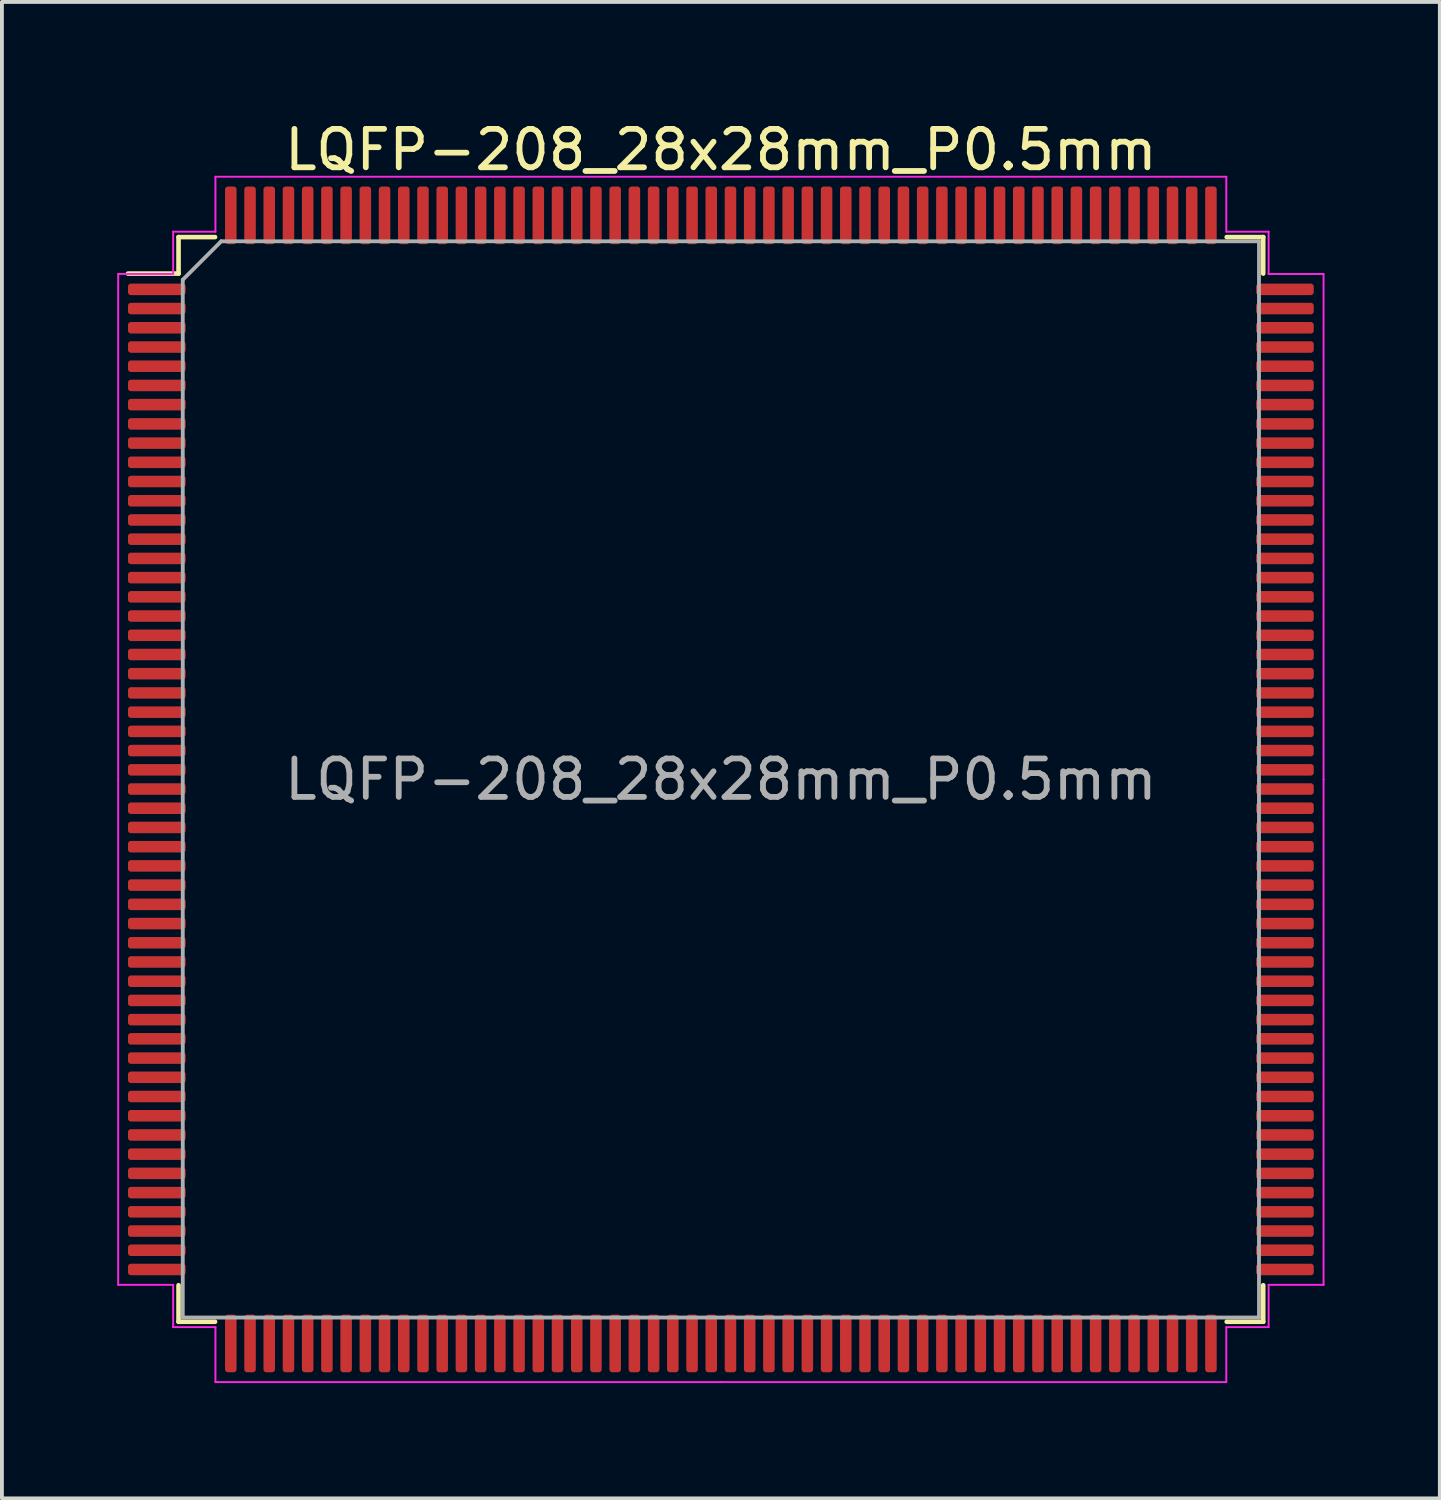
<source format=kicad_pcb>
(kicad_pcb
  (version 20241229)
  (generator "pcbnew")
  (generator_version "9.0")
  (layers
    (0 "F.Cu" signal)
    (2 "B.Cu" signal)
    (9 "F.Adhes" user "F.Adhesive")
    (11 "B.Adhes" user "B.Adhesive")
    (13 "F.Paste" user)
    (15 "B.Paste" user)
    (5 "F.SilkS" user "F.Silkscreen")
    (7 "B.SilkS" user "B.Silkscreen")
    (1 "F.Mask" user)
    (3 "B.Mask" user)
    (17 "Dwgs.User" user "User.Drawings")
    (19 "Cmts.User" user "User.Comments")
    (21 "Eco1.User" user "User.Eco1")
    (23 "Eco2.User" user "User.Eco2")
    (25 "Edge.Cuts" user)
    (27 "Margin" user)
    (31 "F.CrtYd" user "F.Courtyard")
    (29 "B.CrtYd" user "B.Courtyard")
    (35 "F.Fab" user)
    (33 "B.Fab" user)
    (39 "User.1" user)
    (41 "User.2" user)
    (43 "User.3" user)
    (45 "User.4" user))
  (footprint "LQFP-208_28x28mm_P0.5mm"
    (layer "F.Cu")
    (at 15.705 17.228)
    (property "Reference" "LQFP-208_28x28mm_P0.5mm" (at 0 -16.38 0) (layer "F.SilkS") (effects (font (size 1 1) (thickness 0.15))))
    (attr smd)
    (fp_line (start -14.11 -14.11) (end -14.11 -13.16) (stroke (width 0.12) (type solid)) (layer "F.SilkS"))
    (fp_line (start -14.11 -13.16) (end -15.425 -13.16) (stroke (width 0.12) (type solid)) (layer "F.SilkS"))
    (fp_line (start -14.11 14.11) (end -14.11 13.16) (stroke (width 0.12) (type solid)) (layer "F.SilkS"))
    (fp_line (start -13.16 -14.11) (end -14.11 -14.11) (stroke (width 0.12) (type solid)) (layer "F.SilkS"))
    (fp_line (start -13.16 14.11) (end -14.11 14.11) (stroke (width 0.12) (type solid)) (layer "F.SilkS"))
    (fp_line (start 13.16 -14.11) (end 14.11 -14.11) (stroke (width 0.12) (type solid)) (layer "F.SilkS"))
    (fp_line (start 13.16 14.11) (end 14.11 14.11) (stroke (width 0.12) (type solid)) (layer "F.SilkS"))
    (fp_line (start 14.11 -14.11) (end 14.11 -13.16) (stroke (width 0.12) (type solid)) (layer "F.SilkS"))
    (fp_line (start 14.11 14.11) (end 14.11 13.16) (stroke (width 0.12) (type solid)) (layer "F.SilkS"))
    (fp_line (start -15.68 -13.15) (end -15.68 0) (stroke (width 0.05) (type solid)) (layer "F.CrtYd"))
    (fp_line (start -15.68 13.15) (end -15.68 0) (stroke (width 0.05) (type solid)) (layer "F.CrtYd"))
    (fp_line (start -14.25 -14.25) (end -14.25 -13.15) (stroke (width 0.05) (type solid)) (layer "F.CrtYd"))
    (fp_line (start -14.25 -13.15) (end -15.68 -13.15) (stroke (width 0.05) (type solid)) (layer "F.CrtYd"))
    (fp_line (start -14.25 13.15) (end -15.68 13.15) (stroke (width 0.05) (type solid)) (layer "F.CrtYd"))
    (fp_line (start -14.25 14.25) (end -14.25 13.15) (stroke (width 0.05) (type solid)) (layer "F.CrtYd"))
    (fp_line (start -13.15 -15.68) (end -13.15 -14.25) (stroke (width 0.05) (type solid)) (layer "F.CrtYd"))
    (fp_line (start -13.15 -14.25) (end -14.25 -14.25) (stroke (width 0.05) (type solid)) (layer "F.CrtYd"))
    (fp_line (start -13.15 14.25) (end -14.25 14.25) (stroke (width 0.05) (type solid)) (layer "F.CrtYd"))
    (fp_line (start -13.15 15.68) (end -13.15 14.25) (stroke (width 0.05) (type solid)) (layer "F.CrtYd"))
    (fp_line (start 0 -15.68) (end -13.15 -15.68) (stroke (width 0.05) (type solid)) (layer "F.CrtYd"))
    (fp_line (start 0 -15.68) (end 13.15 -15.68) (stroke (width 0.05) (type solid)) (layer "F.CrtYd"))
    (fp_line (start 0 15.68) (end -13.15 15.68) (stroke (width 0.05) (type solid)) (layer "F.CrtYd"))
    (fp_line (start 0 15.68) (end 13.15 15.68) (stroke (width 0.05) (type solid)) (layer "F.CrtYd"))
    (fp_line (start 13.15 -15.68) (end 13.15 -14.25) (stroke (width 0.05) (type solid)) (layer "F.CrtYd"))
    (fp_line (start 13.15 -14.25) (end 14.25 -14.25) (stroke (width 0.05) (type solid)) (layer "F.CrtYd"))
    (fp_line (start 13.15 14.25) (end 14.25 14.25) (stroke (width 0.05) (type solid)) (layer "F.CrtYd"))
    (fp_line (start 13.15 15.68) (end 13.15 14.25) (stroke (width 0.05) (type solid)) (layer "F.CrtYd"))
    (fp_line (start 14.25 -14.25) (end 14.25 -13.15) (stroke (width 0.05) (type solid)) (layer "F.CrtYd"))
    (fp_line (start 14.25 -13.15) (end 15.68 -13.15) (stroke (width 0.05) (type solid)) (layer "F.CrtYd"))
    (fp_line (start 14.25 13.15) (end 15.68 13.15) (stroke (width 0.05) (type solid)) (layer "F.CrtYd"))
    (fp_line (start 14.25 14.25) (end 14.25 13.15) (stroke (width 0.05) (type solid)) (layer "F.CrtYd"))
    (fp_line (start 15.68 -13.15) (end 15.68 0) (stroke (width 0.05) (type solid)) (layer "F.CrtYd"))
    (fp_line (start 15.68 13.15) (end 15.68 0) (stroke (width 0.05) (type solid)) (layer "F.CrtYd"))
    (fp_line (start -14 -13) (end -13 -14) (stroke (width 0.1) (type solid)) (layer "F.Fab"))
    (fp_line (start -14 14) (end -14 -13) (stroke (width 0.1) (type solid)) (layer "F.Fab"))
    (fp_line (start -13 -14) (end 14 -14) (stroke (width 0.1) (type solid)) (layer "F.Fab"))
    (fp_line (start 14 -14) (end 14 14) (stroke (width 0.1) (type solid)) (layer "F.Fab"))
    (fp_line (start 14 14) (end -14 14) (stroke (width 0.1) (type solid)) (layer "F.Fab"))
    (fp_text user "${REFERENCE}" (at 0 0 0) (layer "F.Fab") (effects (font (size 1 1) (thickness 0.15))))
    (pad "1" smd roundrect (at -14.675 -12.75) (size 1.5 0.3) (layers "F.Cu" "F.Mask" "F.Paste") (roundrect_rratio 0.25))
    (pad "2" smd roundrect (at -14.675 -12.25) (size 1.5 0.3) (layers "F.Cu" "F.Mask" "F.Paste") (roundrect_rratio 0.25))
    (pad "3" smd roundrect (at -14.675 -11.75) (size 1.5 0.3) (layers "F.Cu" "F.Mask" "F.Paste") (roundrect_rratio 0.25))
    (pad "4" smd roundrect (at -14.675 -11.25) (size 1.5 0.3) (layers "F.Cu" "F.Mask" "F.Paste") (roundrect_rratio 0.25))
    (pad "5" smd roundrect (at -14.675 -10.75) (size 1.5 0.3) (layers "F.Cu" "F.Mask" "F.Paste") (roundrect_rratio 0.25))
    (pad "6" smd roundrect (at -14.675 -10.25) (size 1.5 0.3) (layers "F.Cu" "F.Mask" "F.Paste") (roundrect_rratio 0.25))
    (pad "7" smd roundrect (at -14.675 -9.75) (size 1.5 0.3) (layers "F.Cu" "F.Mask" "F.Paste") (roundrect_rratio 0.25))
    (pad "8" smd roundrect (at -14.675 -9.25) (size 1.5 0.3) (layers "F.Cu" "F.Mask" "F.Paste") (roundrect_rratio 0.25))
    (pad "9" smd roundrect (at -14.675 -8.75) (size 1.5 0.3) (layers "F.Cu" "F.Mask" "F.Paste") (roundrect_rratio 0.25))
    (pad "10" smd roundrect (at -14.675 -8.25) (size 1.5 0.3) (layers "F.Cu" "F.Mask" "F.Paste") (roundrect_rratio 0.25))
    (pad "11" smd roundrect (at -14.675 -7.75) (size 1.5 0.3) (layers "F.Cu" "F.Mask" "F.Paste") (roundrect_rratio 0.25))
    (pad "12" smd roundrect (at -14.675 -7.25) (size 1.5 0.3) (layers "F.Cu" "F.Mask" "F.Paste") (roundrect_rratio 0.25))
    (pad "13" smd roundrect (at -14.675 -6.75) (size 1.5 0.3) (layers "F.Cu" "F.Mask" "F.Paste") (roundrect_rratio 0.25))
    (pad "14" smd roundrect (at -14.675 -6.25) (size 1.5 0.3) (layers "F.Cu" "F.Mask" "F.Paste") (roundrect_rratio 0.25))
    (pad "15" smd roundrect (at -14.675 -5.75) (size 1.5 0.3) (layers "F.Cu" "F.Mask" "F.Paste") (roundrect_rratio 0.25))
    (pad "16" smd roundrect (at -14.675 -5.25) (size 1.5 0.3) (layers "F.Cu" "F.Mask" "F.Paste") (roundrect_rratio 0.25))
    (pad "17" smd roundrect (at -14.675 -4.75) (size 1.5 0.3) (layers "F.Cu" "F.Mask" "F.Paste") (roundrect_rratio 0.25))
    (pad "18" smd roundrect (at -14.675 -4.25) (size 1.5 0.3) (layers "F.Cu" "F.Mask" "F.Paste") (roundrect_rratio 0.25))
    (pad "19" smd roundrect (at -14.675 -3.75) (size 1.5 0.3) (layers "F.Cu" "F.Mask" "F.Paste") (roundrect_rratio 0.25))
    (pad "20" smd roundrect (at -14.675 -3.25) (size 1.5 0.3) (layers "F.Cu" "F.Mask" "F.Paste") (roundrect_rratio 0.25))
    (pad "21" smd roundrect (at -14.675 -2.75) (size 1.5 0.3) (layers "F.Cu" "F.Mask" "F.Paste") (roundrect_rratio 0.25))
    (pad "22" smd roundrect (at -14.675 -2.25) (size 1.5 0.3) (layers "F.Cu" "F.Mask" "F.Paste") (roundrect_rratio 0.25))
    (pad "23" smd roundrect (at -14.675 -1.75) (size 1.5 0.3) (layers "F.Cu" "F.Mask" "F.Paste") (roundrect_rratio 0.25))
    (pad "24" smd roundrect (at -14.675 -1.25) (size 1.5 0.3) (layers "F.Cu" "F.Mask" "F.Paste") (roundrect_rratio 0.25))
    (pad "25" smd roundrect (at -14.675 -0.75) (size 1.5 0.3) (layers "F.Cu" "F.Mask" "F.Paste") (roundrect_rratio 0.25))
    (pad "26" smd roundrect (at -14.675 -0.25) (size 1.5 0.3) (layers "F.Cu" "F.Mask" "F.Paste") (roundrect_rratio 0.25))
    (pad "27" smd roundrect (at -14.675 0.25) (size 1.5 0.3) (layers "F.Cu" "F.Mask" "F.Paste") (roundrect_rratio 0.25))
    (pad "28" smd roundrect (at -14.675 0.75) (size 1.5 0.3) (layers "F.Cu" "F.Mask" "F.Paste") (roundrect_rratio 0.25))
    (pad "29" smd roundrect (at -14.675 1.25) (size 1.5 0.3) (layers "F.Cu" "F.Mask" "F.Paste") (roundrect_rratio 0.25))
    (pad "30" smd roundrect (at -14.675 1.75) (size 1.5 0.3) (layers "F.Cu" "F.Mask" "F.Paste") (roundrect_rratio 0.25))
    (pad "31" smd roundrect (at -14.675 2.25) (size 1.5 0.3) (layers "F.Cu" "F.Mask" "F.Paste") (roundrect_rratio 0.25))
    (pad "32" smd roundrect (at -14.675 2.75) (size 1.5 0.3) (layers "F.Cu" "F.Mask" "F.Paste") (roundrect_rratio 0.25))
    (pad "33" smd roundrect (at -14.675 3.25) (size 1.5 0.3) (layers "F.Cu" "F.Mask" "F.Paste") (roundrect_rratio 0.25))
    (pad "34" smd roundrect (at -14.675 3.75) (size 1.5 0.3) (layers "F.Cu" "F.Mask" "F.Paste") (roundrect_rratio 0.25))
    (pad "35" smd roundrect (at -14.675 4.25) (size 1.5 0.3) (layers "F.Cu" "F.Mask" "F.Paste") (roundrect_rratio 0.25))
    (pad "36" smd roundrect (at -14.675 4.75) (size 1.5 0.3) (layers "F.Cu" "F.Mask" "F.Paste") (roundrect_rratio 0.25))
    (pad "37" smd roundrect (at -14.675 5.25) (size 1.5 0.3) (layers "F.Cu" "F.Mask" "F.Paste") (roundrect_rratio 0.25))
    (pad "38" smd roundrect (at -14.675 5.75) (size 1.5 0.3) (layers "F.Cu" "F.Mask" "F.Paste") (roundrect_rratio 0.25))
    (pad "39" smd roundrect (at -14.675 6.25) (size 1.5 0.3) (layers "F.Cu" "F.Mask" "F.Paste") (roundrect_rratio 0.25))
    (pad "40" smd roundrect (at -14.675 6.75) (size 1.5 0.3) (layers "F.Cu" "F.Mask" "F.Paste") (roundrect_rratio 0.25))
    (pad "41" smd roundrect (at -14.675 7.25) (size 1.5 0.3) (layers "F.Cu" "F.Mask" "F.Paste") (roundrect_rratio 0.25))
    (pad "42" smd roundrect (at -14.675 7.75) (size 1.5 0.3) (layers "F.Cu" "F.Mask" "F.Paste") (roundrect_rratio 0.25))
    (pad "43" smd roundrect (at -14.675 8.25) (size 1.5 0.3) (layers "F.Cu" "F.Mask" "F.Paste") (roundrect_rratio 0.25))
    (pad "44" smd roundrect (at -14.675 8.75) (size 1.5 0.3) (layers "F.Cu" "F.Mask" "F.Paste") (roundrect_rratio 0.25))
    (pad "45" smd roundrect (at -14.675 9.25) (size 1.5 0.3) (layers "F.Cu" "F.Mask" "F.Paste") (roundrect_rratio 0.25))
    (pad "46" smd roundrect (at -14.675 9.75) (size 1.5 0.3) (layers "F.Cu" "F.Mask" "F.Paste") (roundrect_rratio 0.25))
    (pad "47" smd roundrect (at -14.675 10.25) (size 1.5 0.3) (layers "F.Cu" "F.Mask" "F.Paste") (roundrect_rratio 0.25))
    (pad "48" smd roundrect (at -14.675 10.75) (size 1.5 0.3) (layers "F.Cu" "F.Mask" "F.Paste") (roundrect_rratio 0.25))
    (pad "49" smd roundrect (at -14.675 11.25) (size 1.5 0.3) (layers "F.Cu" "F.Mask" "F.Paste") (roundrect_rratio 0.25))
    (pad "50" smd roundrect (at -14.675 11.75) (size 1.5 0.3) (layers "F.Cu" "F.Mask" "F.Paste") (roundrect_rratio 0.25))
    (pad "51" smd roundrect (at -14.675 12.25) (size 1.5 0.3) (layers "F.Cu" "F.Mask" "F.Paste") (roundrect_rratio 0.25))
    (pad "52" smd roundrect (at -14.675 12.75) (size 1.5 0.3) (layers "F.Cu" "F.Mask" "F.Paste") (roundrect_rratio 0.25))
    (pad "53" smd roundrect (at -12.75 14.675) (size 0.3 1.5) (layers "F.Cu" "F.Mask" "F.Paste") (roundrect_rratio 0.25))
    (pad "54" smd roundrect (at -12.25 14.675) (size 0.3 1.5) (layers "F.Cu" "F.Mask" "F.Paste") (roundrect_rratio 0.25))
    (pad "55" smd roundrect (at -11.75 14.675) (size 0.3 1.5) (layers "F.Cu" "F.Mask" "F.Paste") (roundrect_rratio 0.25))
    (pad "56" smd roundrect (at -11.25 14.675) (size 0.3 1.5) (layers "F.Cu" "F.Mask" "F.Paste") (roundrect_rratio 0.25))
    (pad "57" smd roundrect (at -10.75 14.675) (size 0.3 1.5) (layers "F.Cu" "F.Mask" "F.Paste") (roundrect_rratio 0.25))
    (pad "58" smd roundrect (at -10.25 14.675) (size 0.3 1.5) (layers "F.Cu" "F.Mask" "F.Paste") (roundrect_rratio 0.25))
    (pad "59" smd roundrect (at -9.75 14.675) (size 0.3 1.5) (layers "F.Cu" "F.Mask" "F.Paste") (roundrect_rratio 0.25))
    (pad "60" smd roundrect (at -9.25 14.675) (size 0.3 1.5) (layers "F.Cu" "F.Mask" "F.Paste") (roundrect_rratio 0.25))
    (pad "61" smd roundrect (at -8.75 14.675) (size 0.3 1.5) (layers "F.Cu" "F.Mask" "F.Paste") (roundrect_rratio 0.25))
    (pad "62" smd roundrect (at -8.25 14.675) (size 0.3 1.5) (layers "F.Cu" "F.Mask" "F.Paste") (roundrect_rratio 0.25))
    (pad "63" smd roundrect (at -7.75 14.675) (size 0.3 1.5) (layers "F.Cu" "F.Mask" "F.Paste") (roundrect_rratio 0.25))
    (pad "64" smd roundrect (at -7.25 14.675) (size 0.3 1.5) (layers "F.Cu" "F.Mask" "F.Paste") (roundrect_rratio 0.25))
    (pad "65" smd roundrect (at -6.75 14.675) (size 0.3 1.5) (layers "F.Cu" "F.Mask" "F.Paste") (roundrect_rratio 0.25))
    (pad "66" smd roundrect (at -6.25 14.675) (size 0.3 1.5) (layers "F.Cu" "F.Mask" "F.Paste") (roundrect_rratio 0.25))
    (pad "67" smd roundrect (at -5.75 14.675) (size 0.3 1.5) (layers "F.Cu" "F.Mask" "F.Paste") (roundrect_rratio 0.25))
    (pad "68" smd roundrect (at -5.25 14.675) (size 0.3 1.5) (layers "F.Cu" "F.Mask" "F.Paste") (roundrect_rratio 0.25))
    (pad "69" smd roundrect (at -4.75 14.675) (size 0.3 1.5) (layers "F.Cu" "F.Mask" "F.Paste") (roundrect_rratio 0.25))
    (pad "70" smd roundrect (at -4.25 14.675) (size 0.3 1.5) (layers "F.Cu" "F.Mask" "F.Paste") (roundrect_rratio 0.25))
    (pad "71" smd roundrect (at -3.75 14.675) (size 0.3 1.5) (layers "F.Cu" "F.Mask" "F.Paste") (roundrect_rratio 0.25))
    (pad "72" smd roundrect (at -3.25 14.675) (size 0.3 1.5) (layers "F.Cu" "F.Mask" "F.Paste") (roundrect_rratio 0.25))
    (pad "73" smd roundrect (at -2.75 14.675) (size 0.3 1.5) (layers "F.Cu" "F.Mask" "F.Paste") (roundrect_rratio 0.25))
    (pad "74" smd roundrect (at -2.25 14.675) (size 0.3 1.5) (layers "F.Cu" "F.Mask" "F.Paste") (roundrect_rratio 0.25))
    (pad "75" smd roundrect (at -1.75 14.675) (size 0.3 1.5) (layers "F.Cu" "F.Mask" "F.Paste") (roundrect_rratio 0.25))
    (pad "76" smd roundrect (at -1.25 14.675) (size 0.3 1.5) (layers "F.Cu" "F.Mask" "F.Paste") (roundrect_rratio 0.25))
    (pad "77" smd roundrect (at -0.75 14.675) (size 0.3 1.5) (layers "F.Cu" "F.Mask" "F.Paste") (roundrect_rratio 0.25))
    (pad "78" smd roundrect (at -0.25 14.675) (size 0.3 1.5) (layers "F.Cu" "F.Mask" "F.Paste") (roundrect_rratio 0.25))
    (pad "79" smd roundrect (at 0.25 14.675) (size 0.3 1.5) (layers "F.Cu" "F.Mask" "F.Paste") (roundrect_rratio 0.25))
    (pad "80" smd roundrect (at 0.75 14.675) (size 0.3 1.5) (layers "F.Cu" "F.Mask" "F.Paste") (roundrect_rratio 0.25))
    (pad "81" smd roundrect (at 1.25 14.675) (size 0.3 1.5) (layers "F.Cu" "F.Mask" "F.Paste") (roundrect_rratio 0.25))
    (pad "82" smd roundrect (at 1.75 14.675) (size 0.3 1.5) (layers "F.Cu" "F.Mask" "F.Paste") (roundrect_rratio 0.25))
    (pad "83" smd roundrect (at 2.25 14.675) (size 0.3 1.5) (layers "F.Cu" "F.Mask" "F.Paste") (roundrect_rratio 0.25))
    (pad "84" smd roundrect (at 2.75 14.675) (size 0.3 1.5) (layers "F.Cu" "F.Mask" "F.Paste") (roundrect_rratio 0.25))
    (pad "85" smd roundrect (at 3.25 14.675) (size 0.3 1.5) (layers "F.Cu" "F.Mask" "F.Paste") (roundrect_rratio 0.25))
    (pad "86" smd roundrect (at 3.75 14.675) (size 0.3 1.5) (layers "F.Cu" "F.Mask" "F.Paste") (roundrect_rratio 0.25))
    (pad "87" smd roundrect (at 4.25 14.675) (size 0.3 1.5) (layers "F.Cu" "F.Mask" "F.Paste") (roundrect_rratio 0.25))
    (pad "88" smd roundrect (at 4.75 14.675) (size 0.3 1.5) (layers "F.Cu" "F.Mask" "F.Paste") (roundrect_rratio 0.25))
    (pad "89" smd roundrect (at 5.25 14.675) (size 0.3 1.5) (layers "F.Cu" "F.Mask" "F.Paste") (roundrect_rratio 0.25))
    (pad "90" smd roundrect (at 5.75 14.675) (size 0.3 1.5) (layers "F.Cu" "F.Mask" "F.Paste") (roundrect_rratio 0.25))
    (pad "91" smd roundrect (at 6.25 14.675) (size 0.3 1.5) (layers "F.Cu" "F.Mask" "F.Paste") (roundrect_rratio 0.25))
    (pad "92" smd roundrect (at 6.75 14.675) (size 0.3 1.5) (layers "F.Cu" "F.Mask" "F.Paste") (roundrect_rratio 0.25))
    (pad "93" smd roundrect (at 7.25 14.675) (size 0.3 1.5) (layers "F.Cu" "F.Mask" "F.Paste") (roundrect_rratio 0.25))
    (pad "94" smd roundrect (at 7.75 14.675) (size 0.3 1.5) (layers "F.Cu" "F.Mask" "F.Paste") (roundrect_rratio 0.25))
    (pad "95" smd roundrect (at 8.25 14.675) (size 0.3 1.5) (layers "F.Cu" "F.Mask" "F.Paste") (roundrect_rratio 0.25))
    (pad "96" smd roundrect (at 8.75 14.675) (size 0.3 1.5) (layers "F.Cu" "F.Mask" "F.Paste") (roundrect_rratio 0.25))
    (pad "97" smd roundrect (at 9.25 14.675) (size 0.3 1.5) (layers "F.Cu" "F.Mask" "F.Paste") (roundrect_rratio 0.25))
    (pad "98" smd roundrect (at 9.75 14.675) (size 0.3 1.5) (layers "F.Cu" "F.Mask" "F.Paste") (roundrect_rratio 0.25))
    (pad "99" smd roundrect (at 10.25 14.675) (size 0.3 1.5) (layers "F.Cu" "F.Mask" "F.Paste") (roundrect_rratio 0.25))
    (pad "100" smd roundrect (at 10.75 14.675) (size 0.3 1.5) (layers "F.Cu" "F.Mask" "F.Paste") (roundrect_rratio 0.25))
    (pad "101" smd roundrect (at 11.25 14.675) (size 0.3 1.5) (layers "F.Cu" "F.Mask" "F.Paste") (roundrect_rratio 0.25))
    (pad "102" smd roundrect (at 11.75 14.675) (size 0.3 1.5) (layers "F.Cu" "F.Mask" "F.Paste") (roundrect_rratio 0.25))
    (pad "103" smd roundrect (at 12.25 14.675) (size 0.3 1.5) (layers "F.Cu" "F.Mask" "F.Paste") (roundrect_rratio 0.25))
    (pad "104" smd roundrect (at 12.75 14.675) (size 0.3 1.5) (layers "F.Cu" "F.Mask" "F.Paste") (roundrect_rratio 0.25))
    (pad "105" smd roundrect (at 14.675 12.75) (size 1.5 0.3) (layers "F.Cu" "F.Mask" "F.Paste") (roundrect_rratio 0.25))
    (pad "106" smd roundrect (at 14.675 12.25) (size 1.5 0.3) (layers "F.Cu" "F.Mask" "F.Paste") (roundrect_rratio 0.25))
    (pad "107" smd roundrect (at 14.675 11.75) (size 1.5 0.3) (layers "F.Cu" "F.Mask" "F.Paste") (roundrect_rratio 0.25))
    (pad "108" smd roundrect (at 14.675 11.25) (size 1.5 0.3) (layers "F.Cu" "F.Mask" "F.Paste") (roundrect_rratio 0.25))
    (pad "109" smd roundrect (at 14.675 10.75) (size 1.5 0.3) (layers "F.Cu" "F.Mask" "F.Paste") (roundrect_rratio 0.25))
    (pad "110" smd roundrect (at 14.675 10.25) (size 1.5 0.3) (layers "F.Cu" "F.Mask" "F.Paste") (roundrect_rratio 0.25))
    (pad "111" smd roundrect (at 14.675 9.75) (size 1.5 0.3) (layers "F.Cu" "F.Mask" "F.Paste") (roundrect_rratio 0.25))
    (pad "112" smd roundrect (at 14.675 9.25) (size 1.5 0.3) (layers "F.Cu" "F.Mask" "F.Paste") (roundrect_rratio 0.25))
    (pad "113" smd roundrect (at 14.675 8.75) (size 1.5 0.3) (layers "F.Cu" "F.Mask" "F.Paste") (roundrect_rratio 0.25))
    (pad "114" smd roundrect (at 14.675 8.25) (size 1.5 0.3) (layers "F.Cu" "F.Mask" "F.Paste") (roundrect_rratio 0.25))
    (pad "115" smd roundrect (at 14.675 7.75) (size 1.5 0.3) (layers "F.Cu" "F.Mask" "F.Paste") (roundrect_rratio 0.25))
    (pad "116" smd roundrect (at 14.675 7.25) (size 1.5 0.3) (layers "F.Cu" "F.Mask" "F.Paste") (roundrect_rratio 0.25))
    (pad "117" smd roundrect (at 14.675 6.75) (size 1.5 0.3) (layers "F.Cu" "F.Mask" "F.Paste") (roundrect_rratio 0.25))
    (pad "118" smd roundrect (at 14.675 6.25) (size 1.5 0.3) (layers "F.Cu" "F.Mask" "F.Paste") (roundrect_rratio 0.25))
    (pad "119" smd roundrect (at 14.675 5.75) (size 1.5 0.3) (layers "F.Cu" "F.Mask" "F.Paste") (roundrect_rratio 0.25))
    (pad "120" smd roundrect (at 14.675 5.25) (size 1.5 0.3) (layers "F.Cu" "F.Mask" "F.Paste") (roundrect_rratio 0.25))
    (pad "121" smd roundrect (at 14.675 4.75) (size 1.5 0.3) (layers "F.Cu" "F.Mask" "F.Paste") (roundrect_rratio 0.25))
    (pad "122" smd roundrect (at 14.675 4.25) (size 1.5 0.3) (layers "F.Cu" "F.Mask" "F.Paste") (roundrect_rratio 0.25))
    (pad "123" smd roundrect (at 14.675 3.75) (size 1.5 0.3) (layers "F.Cu" "F.Mask" "F.Paste") (roundrect_rratio 0.25))
    (pad "124" smd roundrect (at 14.675 3.25) (size 1.5 0.3) (layers "F.Cu" "F.Mask" "F.Paste") (roundrect_rratio 0.25))
    (pad "125" smd roundrect (at 14.675 2.75) (size 1.5 0.3) (layers "F.Cu" "F.Mask" "F.Paste") (roundrect_rratio 0.25))
    (pad "126" smd roundrect (at 14.675 2.25) (size 1.5 0.3) (layers "F.Cu" "F.Mask" "F.Paste") (roundrect_rratio 0.25))
    (pad "127" smd roundrect (at 14.675 1.75) (size 1.5 0.3) (layers "F.Cu" "F.Mask" "F.Paste") (roundrect_rratio 0.25))
    (pad "128" smd roundrect (at 14.675 1.25) (size 1.5 0.3) (layers "F.Cu" "F.Mask" "F.Paste") (roundrect_rratio 0.25))
    (pad "129" smd roundrect (at 14.675 0.75) (size 1.5 0.3) (layers "F.Cu" "F.Mask" "F.Paste") (roundrect_rratio 0.25))
    (pad "130" smd roundrect (at 14.675 0.25) (size 1.5 0.3) (layers "F.Cu" "F.Mask" "F.Paste") (roundrect_rratio 0.25))
    (pad "131" smd roundrect (at 14.675 -0.25) (size 1.5 0.3) (layers "F.Cu" "F.Mask" "F.Paste") (roundrect_rratio 0.25))
    (pad "132" smd roundrect (at 14.675 -0.75) (size 1.5 0.3) (layers "F.Cu" "F.Mask" "F.Paste") (roundrect_rratio 0.25))
    (pad "133" smd roundrect (at 14.675 -1.25) (size 1.5 0.3) (layers "F.Cu" "F.Mask" "F.Paste") (roundrect_rratio 0.25))
    (pad "134" smd roundrect (at 14.675 -1.75) (size 1.5 0.3) (layers "F.Cu" "F.Mask" "F.Paste") (roundrect_rratio 0.25))
    (pad "135" smd roundrect (at 14.675 -2.25) (size 1.5 0.3) (layers "F.Cu" "F.Mask" "F.Paste") (roundrect_rratio 0.25))
    (pad "136" smd roundrect (at 14.675 -2.75) (size 1.5 0.3) (layers "F.Cu" "F.Mask" "F.Paste") (roundrect_rratio 0.25))
    (pad "137" smd roundrect (at 14.675 -3.25) (size 1.5 0.3) (layers "F.Cu" "F.Mask" "F.Paste") (roundrect_rratio 0.25))
    (pad "138" smd roundrect (at 14.675 -3.75) (size 1.5 0.3) (layers "F.Cu" "F.Mask" "F.Paste") (roundrect_rratio 0.25))
    (pad "139" smd roundrect (at 14.675 -4.25) (size 1.5 0.3) (layers "F.Cu" "F.Mask" "F.Paste") (roundrect_rratio 0.25))
    (pad "140" smd roundrect (at 14.675 -4.75) (size 1.5 0.3) (layers "F.Cu" "F.Mask" "F.Paste") (roundrect_rratio 0.25))
    (pad "141" smd roundrect (at 14.675 -5.25) (size 1.5 0.3) (layers "F.Cu" "F.Mask" "F.Paste") (roundrect_rratio 0.25))
    (pad "142" smd roundrect (at 14.675 -5.75) (size 1.5 0.3) (layers "F.Cu" "F.Mask" "F.Paste") (roundrect_rratio 0.25))
    (pad "143" smd roundrect (at 14.675 -6.25) (size 1.5 0.3) (layers "F.Cu" "F.Mask" "F.Paste") (roundrect_rratio 0.25))
    (pad "144" smd roundrect (at 14.675 -6.75) (size 1.5 0.3) (layers "F.Cu" "F.Mask" "F.Paste") (roundrect_rratio 0.25))
    (pad "145" smd roundrect (at 14.675 -7.25) (size 1.5 0.3) (layers "F.Cu" "F.Mask" "F.Paste") (roundrect_rratio 0.25))
    (pad "146" smd roundrect (at 14.675 -7.75) (size 1.5 0.3) (layers "F.Cu" "F.Mask" "F.Paste") (roundrect_rratio 0.25))
    (pad "147" smd roundrect (at 14.675 -8.25) (size 1.5 0.3) (layers "F.Cu" "F.Mask" "F.Paste") (roundrect_rratio 0.25))
    (pad "148" smd roundrect (at 14.675 -8.75) (size 1.5 0.3) (layers "F.Cu" "F.Mask" "F.Paste") (roundrect_rratio 0.25))
    (pad "149" smd roundrect (at 14.675 -9.25) (size 1.5 0.3) (layers "F.Cu" "F.Mask" "F.Paste") (roundrect_rratio 0.25))
    (pad "150" smd roundrect (at 14.675 -9.75) (size 1.5 0.3) (layers "F.Cu" "F.Mask" "F.Paste") (roundrect_rratio 0.25))
    (pad "151" smd roundrect (at 14.675 -10.25) (size 1.5 0.3) (layers "F.Cu" "F.Mask" "F.Paste") (roundrect_rratio 0.25))
    (pad "152" smd roundrect (at 14.675 -10.75) (size 1.5 0.3) (layers "F.Cu" "F.Mask" "F.Paste") (roundrect_rratio 0.25))
    (pad "153" smd roundrect (at 14.675 -11.25) (size 1.5 0.3) (layers "F.Cu" "F.Mask" "F.Paste") (roundrect_rratio 0.25))
    (pad "154" smd roundrect (at 14.675 -11.75) (size 1.5 0.3) (layers "F.Cu" "F.Mask" "F.Paste") (roundrect_rratio 0.25))
    (pad "155" smd roundrect (at 14.675 -12.25) (size 1.5 0.3) (layers "F.Cu" "F.Mask" "F.Paste") (roundrect_rratio 0.25))
    (pad "156" smd roundrect (at 14.675 -12.75) (size 1.5 0.3) (layers "F.Cu" "F.Mask" "F.Paste") (roundrect_rratio 0.25))
    (pad "157" smd roundrect (at 12.75 -14.675) (size 0.3 1.5) (layers "F.Cu" "F.Mask" "F.Paste") (roundrect_rratio 0.25))
    (pad "158" smd roundrect (at 12.25 -14.675) (size 0.3 1.5) (layers "F.Cu" "F.Mask" "F.Paste") (roundrect_rratio 0.25))
    (pad "159" smd roundrect (at 11.75 -14.675) (size 0.3 1.5) (layers "F.Cu" "F.Mask" "F.Paste") (roundrect_rratio 0.25))
    (pad "160" smd roundrect (at 11.25 -14.675) (size 0.3 1.5) (layers "F.Cu" "F.Mask" "F.Paste") (roundrect_rratio 0.25))
    (pad "161" smd roundrect (at 10.75 -14.675) (size 0.3 1.5) (layers "F.Cu" "F.Mask" "F.Paste") (roundrect_rratio 0.25))
    (pad "162" smd roundrect (at 10.25 -14.675) (size 0.3 1.5) (layers "F.Cu" "F.Mask" "F.Paste") (roundrect_rratio 0.25))
    (pad "163" smd roundrect (at 9.75 -14.675) (size 0.3 1.5) (layers "F.Cu" "F.Mask" "F.Paste") (roundrect_rratio 0.25))
    (pad "164" smd roundrect (at 9.25 -14.675) (size 0.3 1.5) (layers "F.Cu" "F.Mask" "F.Paste") (roundrect_rratio 0.25))
    (pad "165" smd roundrect (at 8.75 -14.675) (size 0.3 1.5) (layers "F.Cu" "F.Mask" "F.Paste") (roundrect_rratio 0.25))
    (pad "166" smd roundrect (at 8.25 -14.675) (size 0.3 1.5) (layers "F.Cu" "F.Mask" "F.Paste") (roundrect_rratio 0.25))
    (pad "167" smd roundrect (at 7.75 -14.675) (size 0.3 1.5) (layers "F.Cu" "F.Mask" "F.Paste") (roundrect_rratio 0.25))
    (pad "168" smd roundrect (at 7.25 -14.675) (size 0.3 1.5) (layers "F.Cu" "F.Mask" "F.Paste") (roundrect_rratio 0.25))
    (pad "169" smd roundrect (at 6.75 -14.675) (size 0.3 1.5) (layers "F.Cu" "F.Mask" "F.Paste") (roundrect_rratio 0.25))
    (pad "170" smd roundrect (at 6.25 -14.675) (size 0.3 1.5) (layers "F.Cu" "F.Mask" "F.Paste") (roundrect_rratio 0.25))
    (pad "171" smd roundrect (at 5.75 -14.675) (size 0.3 1.5) (layers "F.Cu" "F.Mask" "F.Paste") (roundrect_rratio 0.25))
    (pad "172" smd roundrect (at 5.25 -14.675) (size 0.3 1.5) (layers "F.Cu" "F.Mask" "F.Paste") (roundrect_rratio 0.25))
    (pad "173" smd roundrect (at 4.75 -14.675) (size 0.3 1.5) (layers "F.Cu" "F.Mask" "F.Paste") (roundrect_rratio 0.25))
    (pad "174" smd roundrect (at 4.25 -14.675) (size 0.3 1.5) (layers "F.Cu" "F.Mask" "F.Paste") (roundrect_rratio 0.25))
    (pad "175" smd roundrect (at 3.75 -14.675) (size 0.3 1.5) (layers "F.Cu" "F.Mask" "F.Paste") (roundrect_rratio 0.25))
    (pad "176" smd roundrect (at 3.25 -14.675) (size 0.3 1.5) (layers "F.Cu" "F.Mask" "F.Paste") (roundrect_rratio 0.25))
    (pad "177" smd roundrect (at 2.75 -14.675) (size 0.3 1.5) (layers "F.Cu" "F.Mask" "F.Paste") (roundrect_rratio 0.25))
    (pad "178" smd roundrect (at 2.25 -14.675) (size 0.3 1.5) (layers "F.Cu" "F.Mask" "F.Paste") (roundrect_rratio 0.25))
    (pad "179" smd roundrect (at 1.75 -14.675) (size 0.3 1.5) (layers "F.Cu" "F.Mask" "F.Paste") (roundrect_rratio 0.25))
    (pad "180" smd roundrect (at 1.25 -14.675) (size 0.3 1.5) (layers "F.Cu" "F.Mask" "F.Paste") (roundrect_rratio 0.25))
    (pad "181" smd roundrect (at 0.75 -14.675) (size 0.3 1.5) (layers "F.Cu" "F.Mask" "F.Paste") (roundrect_rratio 0.25))
    (pad "182" smd roundrect (at 0.25 -14.675) (size 0.3 1.5) (layers "F.Cu" "F.Mask" "F.Paste") (roundrect_rratio 0.25))
    (pad "183" smd roundrect (at -0.25 -14.675) (size 0.3 1.5) (layers "F.Cu" "F.Mask" "F.Paste") (roundrect_rratio 0.25))
    (pad "184" smd roundrect (at -0.75 -14.675) (size 0.3 1.5) (layers "F.Cu" "F.Mask" "F.Paste") (roundrect_rratio 0.25))
    (pad "185" smd roundrect (at -1.25 -14.675) (size 0.3 1.5) (layers "F.Cu" "F.Mask" "F.Paste") (roundrect_rratio 0.25))
    (pad "186" smd roundrect (at -1.75 -14.675) (size 0.3 1.5) (layers "F.Cu" "F.Mask" "F.Paste") (roundrect_rratio 0.25))
    (pad "187" smd roundrect (at -2.25 -14.675) (size 0.3 1.5) (layers "F.Cu" "F.Mask" "F.Paste") (roundrect_rratio 0.25))
    (pad "188" smd roundrect (at -2.75 -14.675) (size 0.3 1.5) (layers "F.Cu" "F.Mask" "F.Paste") (roundrect_rratio 0.25))
    (pad "189" smd roundrect (at -3.25 -14.675) (size 0.3 1.5) (layers "F.Cu" "F.Mask" "F.Paste") (roundrect_rratio 0.25))
    (pad "190" smd roundrect (at -3.75 -14.675) (size 0.3 1.5) (layers "F.Cu" "F.Mask" "F.Paste") (roundrect_rratio 0.25))
    (pad "191" smd roundrect (at -4.25 -14.675) (size 0.3 1.5) (layers "F.Cu" "F.Mask" "F.Paste") (roundrect_rratio 0.25))
    (pad "192" smd roundrect (at -4.75 -14.675) (size 0.3 1.5) (layers "F.Cu" "F.Mask" "F.Paste") (roundrect_rratio 0.25))
    (pad "193" smd roundrect (at -5.25 -14.675) (size 0.3 1.5) (layers "F.Cu" "F.Mask" "F.Paste") (roundrect_rratio 0.25))
    (pad "194" smd roundrect (at -5.75 -14.675) (size 0.3 1.5) (layers "F.Cu" "F.Mask" "F.Paste") (roundrect_rratio 0.25))
    (pad "195" smd roundrect (at -6.25 -14.675) (size 0.3 1.5) (layers "F.Cu" "F.Mask" "F.Paste") (roundrect_rratio 0.25))
    (pad "196" smd roundrect (at -6.75 -14.675) (size 0.3 1.5) (layers "F.Cu" "F.Mask" "F.Paste") (roundrect_rratio 0.25))
    (pad "197" smd roundrect (at -7.25 -14.675) (size 0.3 1.5) (layers "F.Cu" "F.Mask" "F.Paste") (roundrect_rratio 0.25))
    (pad "198" smd roundrect (at -7.75 -14.675) (size 0.3 1.5) (layers "F.Cu" "F.Mask" "F.Paste") (roundrect_rratio 0.25))
    (pad "199" smd roundrect (at -8.25 -14.675) (size 0.3 1.5) (layers "F.Cu" "F.Mask" "F.Paste") (roundrect_rratio 0.25))
    (pad "200" smd roundrect (at -8.75 -14.675) (size 0.3 1.5) (layers "F.Cu" "F.Mask" "F.Paste") (roundrect_rratio 0.25))
    (pad "201" smd roundrect (at -9.25 -14.675) (size 0.3 1.5) (layers "F.Cu" "F.Mask" "F.Paste") (roundrect_rratio 0.25))
    (pad "202" smd roundrect (at -9.75 -14.675) (size 0.3 1.5) (layers "F.Cu" "F.Mask" "F.Paste") (roundrect_rratio 0.25))
    (pad "203" smd roundrect (at -10.25 -14.675) (size 0.3 1.5) (layers "F.Cu" "F.Mask" "F.Paste") (roundrect_rratio 0.25))
    (pad "204" smd roundrect (at -10.75 -14.675) (size 0.3 1.5) (layers "F.Cu" "F.Mask" "F.Paste") (roundrect_rratio 0.25))
    (pad "205" smd roundrect (at -11.25 -14.675) (size 0.3 1.5) (layers "F.Cu" "F.Mask" "F.Paste") (roundrect_rratio 0.25))
    (pad "206" smd roundrect (at -11.75 -14.675) (size 0.3 1.5) (layers "F.Cu" "F.Mask" "F.Paste") (roundrect_rratio 0.25))
    (pad "207" smd roundrect (at -12.25 -14.675) (size 0.3 1.5) (layers "F.Cu" "F.Mask" "F.Paste") (roundrect_rratio 0.25))
    (pad "208" smd roundrect (at -12.75 -14.675) (size 0.3 1.5) (layers "F.Cu" "F.Mask" "F.Paste") (roundrect_rratio 0.25)))
  (gr_rect
    (start -3 -3)
    (end 34.41 35.933)
    (stroke (width 0.1) (type default))
    (fill no)
    (layer "Edge.Cuts")))
</source>
